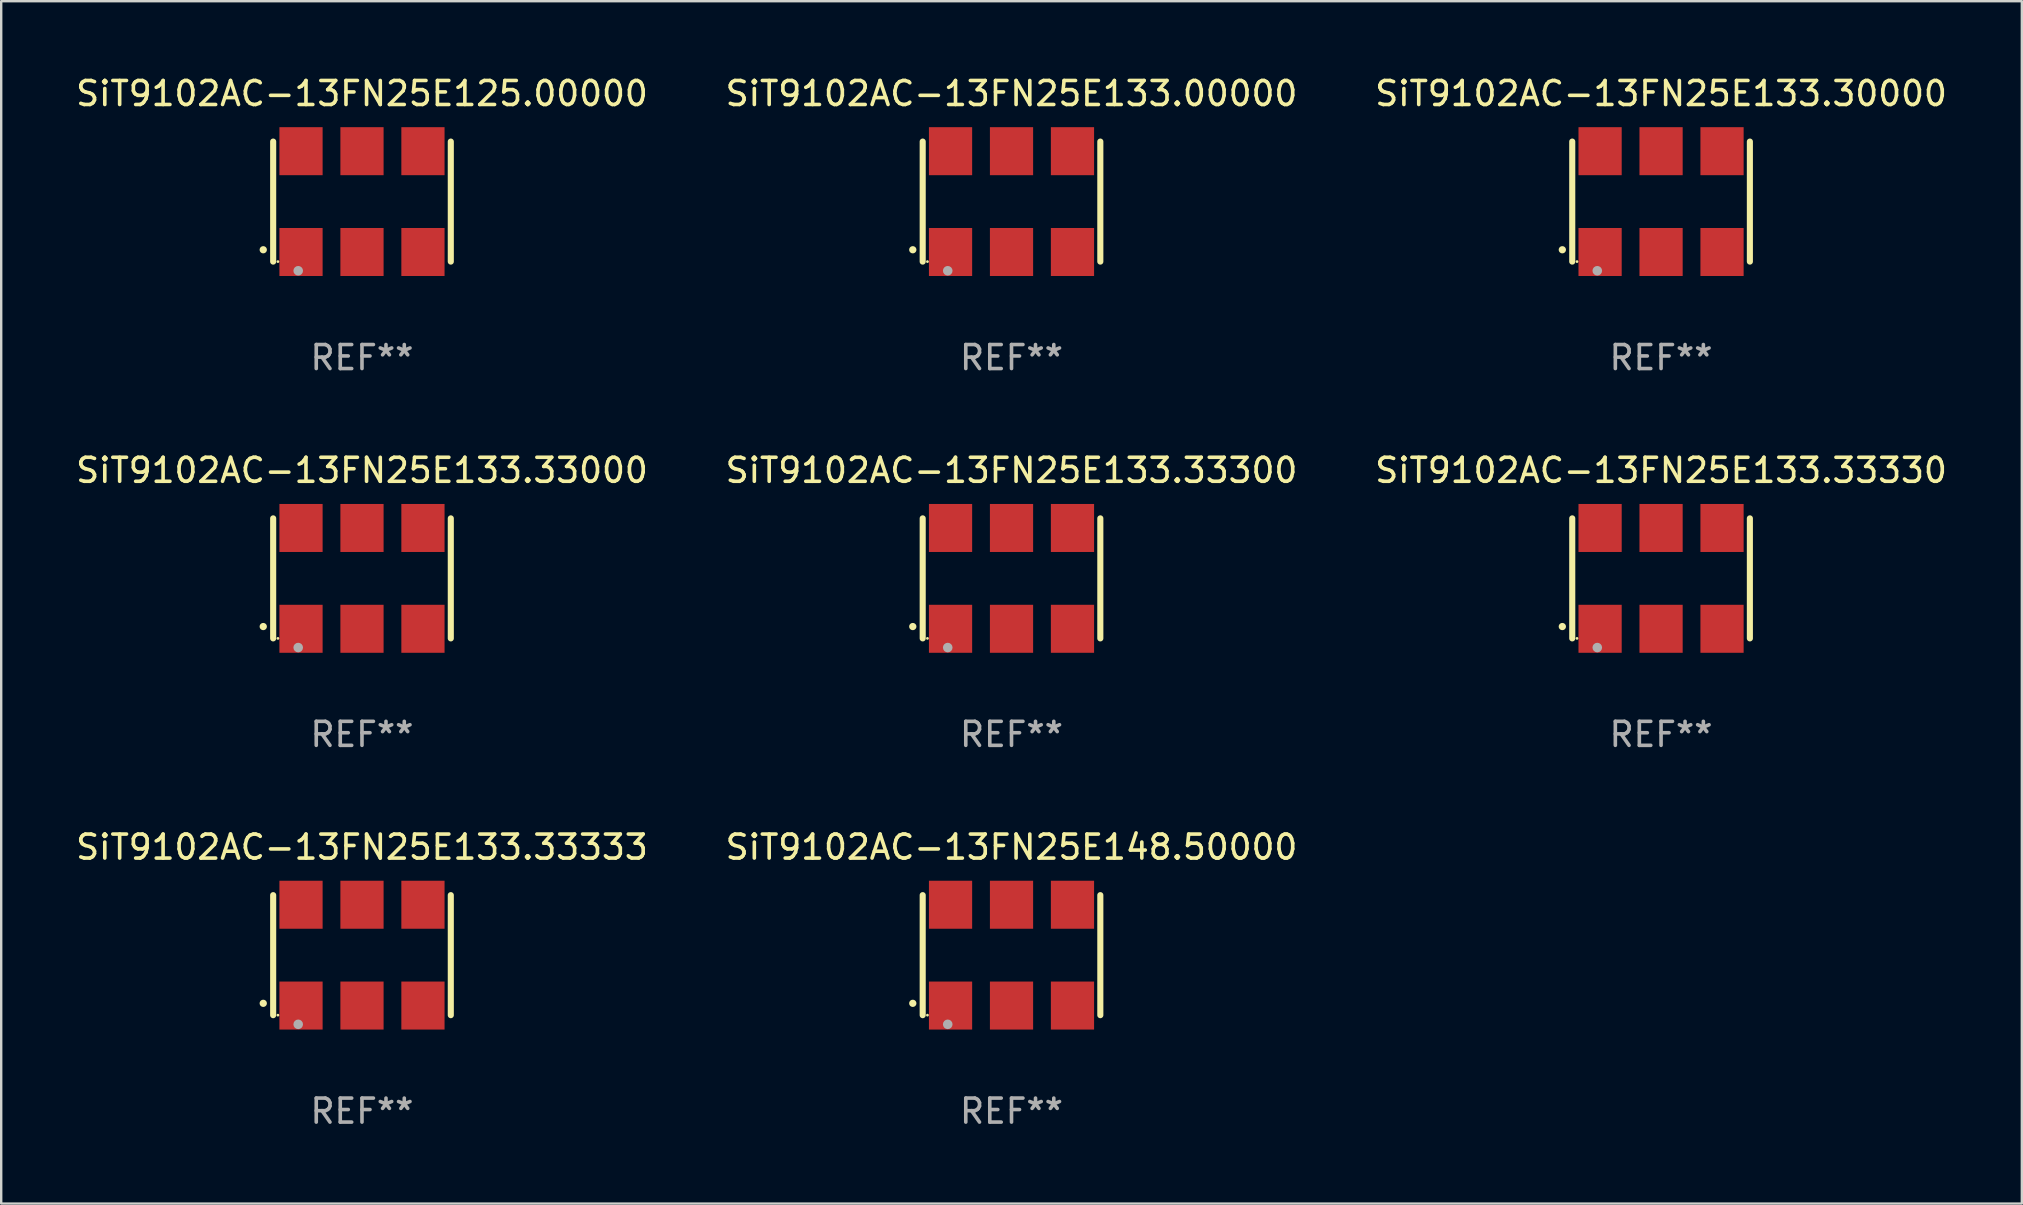
<source format=kicad_pcb>
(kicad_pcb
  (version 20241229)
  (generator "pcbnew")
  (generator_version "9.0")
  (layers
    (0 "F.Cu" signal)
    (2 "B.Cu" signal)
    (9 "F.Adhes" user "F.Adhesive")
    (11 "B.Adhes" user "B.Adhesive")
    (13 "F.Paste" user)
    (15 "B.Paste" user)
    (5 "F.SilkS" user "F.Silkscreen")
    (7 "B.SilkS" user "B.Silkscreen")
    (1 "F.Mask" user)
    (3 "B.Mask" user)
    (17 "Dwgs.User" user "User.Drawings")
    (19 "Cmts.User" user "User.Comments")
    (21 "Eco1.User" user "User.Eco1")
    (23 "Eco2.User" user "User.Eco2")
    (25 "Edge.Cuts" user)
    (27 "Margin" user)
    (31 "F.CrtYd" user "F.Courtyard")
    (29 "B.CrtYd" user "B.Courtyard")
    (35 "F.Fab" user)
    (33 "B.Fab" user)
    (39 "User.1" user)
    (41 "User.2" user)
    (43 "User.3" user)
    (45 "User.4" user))
  (footprint "SiT9102AC-13FN25E133.33333"
    (layer "F.Cu")
    (at 12.03 36.741)
    (property "Reference" "SiT9102AC-13FN25E133.33333" (at 0 -4.5 0) (layer "F.SilkS") (effects (font (size 1 1) (thickness 0.15))))
    (attr through_hole)
    (fp_line (start -3.7 -2.5) (end -3.7 2.5) (stroke (width 0.254) (type solid)) (layer "F.SilkS"))
    (fp_line (start 3.7 -2.5) (end 3.7 2.5) (stroke (width 0.254) (type solid)) (layer "F.SilkS"))
    (fp_arc (start -4.114415 2.006604) (mid -4.113145 2.006599) (end -4.111875 2.006604) (stroke (width 0.3) (type solid)) (layer "F.SilkS"))
    (fp_circle (center -3.502 2.5) (end -3.472 2.5) (stroke (width 0.06) (type solid)) (fill no) (layer "F.SilkS"))
    (fp_circle (center -2.657 2.882) (end -2.557 2.882) (stroke (width 0.2) (type solid)) (fill no) (layer "F.Fab"))
    (fp_text user "REF**" (at 0 6.5 0) (layer "F.Fab") (effects (font (size 1 1) (thickness 0.15))))
    (pad "1" smd rect (at -2.54 2.1) (size 1.8 2) (layers "F.Cu" "F.Mask" "F.Paste"))
    (pad "2" smd rect (at 0.000394 2.1) (size 1.8 2) (layers "F.Cu" "F.Mask" "F.Paste"))
    (pad "3" smd rect (at 2.54 2.1) (size 1.8 2) (layers "F.Cu" "F.Mask" "F.Paste"))
    (pad "4" smd rect (at 2.54 -2.1) (size 1.8 2) (layers "F.Cu" "F.Mask" "F.Paste"))
    (pad "5" smd rect (at 0.000394 -2.1) (size 1.8 2) (layers "F.Cu" "F.Mask" "F.Paste"))
    (pad "6" smd rect (at -2.54 -2.1) (size 1.8 2) (layers "F.Cu" "F.Mask" "F.Paste")))
  (footprint "SiT9102AC-13FN25E133.00000"
    (layer "F.Cu")
    (at 39.089 5.348)
    (property "Reference" "SiT9102AC-13FN25E133.00000" (at 0 -4.5 0) (layer "F.SilkS") (effects (font (size 1 1) (thickness 0.15))))
    (attr through_hole)
    (fp_line (start -3.7 -2.5) (end -3.7 2.5) (stroke (width 0.254) (type solid)) (layer "F.SilkS"))
    (fp_line (start 3.7 -2.5) (end 3.7 2.5) (stroke (width 0.254) (type solid)) (layer "F.SilkS"))
    (fp_arc (start -4.114415 2.006604) (mid -4.113145 2.006599) (end -4.111875 2.006604) (stroke (width 0.3) (type solid)) (layer "F.SilkS"))
    (fp_circle (center -3.502 2.5) (end -3.472 2.5) (stroke (width 0.06) (type solid)) (fill no) (layer "F.SilkS"))
    (fp_circle (center -2.657 2.882) (end -2.557 2.882) (stroke (width 0.2) (type solid)) (fill no) (layer "F.Fab"))
    (fp_text user "REF**" (at 0 6.5 0) (layer "F.Fab") (effects (font (size 1 1) (thickness 0.15))))
    (pad "1" smd rect (at -2.54 2.1) (size 1.8 2) (layers "F.Cu" "F.Mask" "F.Paste"))
    (pad "2" smd rect (at 0.000394 2.1) (size 1.8 2) (layers "F.Cu" "F.Mask" "F.Paste"))
    (pad "3" smd rect (at 2.54 2.1) (size 1.8 2) (layers "F.Cu" "F.Mask" "F.Paste"))
    (pad "4" smd rect (at 2.54 -2.1) (size 1.8 2) (layers "F.Cu" "F.Mask" "F.Paste"))
    (pad "5" smd rect (at 0.000394 -2.1) (size 1.8 2) (layers "F.Cu" "F.Mask" "F.Paste"))
    (pad "6" smd rect (at -2.54 -2.1) (size 1.8 2) (layers "F.Cu" "F.Mask" "F.Paste")))
  (footprint "SiT9102AC-13FN25E148.50000"
    (layer "F.Cu")
    (at 39.089 36.741)
    (property "Reference" "SiT9102AC-13FN25E148.50000" (at 0 -4.5 0) (layer "F.SilkS") (effects (font (size 1 1) (thickness 0.15))))
    (attr through_hole)
    (fp_line (start -3.7 -2.5) (end -3.7 2.5) (stroke (width 0.254) (type solid)) (layer "F.SilkS"))
    (fp_line (start 3.7 -2.5) (end 3.7 2.5) (stroke (width 0.254) (type solid)) (layer "F.SilkS"))
    (fp_arc (start -4.114415 2.006604) (mid -4.113145 2.006599) (end -4.111875 2.006604) (stroke (width 0.3) (type solid)) (layer "F.SilkS"))
    (fp_circle (center -3.502 2.5) (end -3.472 2.5) (stroke (width 0.06) (type solid)) (fill no) (layer "F.SilkS"))
    (fp_circle (center -2.657 2.882) (end -2.557 2.882) (stroke (width 0.2) (type solid)) (fill no) (layer "F.Fab"))
    (fp_text user "REF**" (at 0 6.5 0) (layer "F.Fab") (effects (font (size 1 1) (thickness 0.15))))
    (pad "1" smd rect (at -2.54 2.1) (size 1.8 2) (layers "F.Cu" "F.Mask" "F.Paste"))
    (pad "2" smd rect (at 0.000394 2.1) (size 1.8 2) (layers "F.Cu" "F.Mask" "F.Paste"))
    (pad "3" smd rect (at 2.54 2.1) (size 1.8 2) (layers "F.Cu" "F.Mask" "F.Paste"))
    (pad "4" smd rect (at 2.54 -2.1) (size 1.8 2) (layers "F.Cu" "F.Mask" "F.Paste"))
    (pad "5" smd rect (at 0.000394 -2.1) (size 1.8 2) (layers "F.Cu" "F.Mask" "F.Paste"))
    (pad "6" smd rect (at -2.54 -2.1) (size 1.8 2) (layers "F.Cu" "F.Mask" "F.Paste")))
  (footprint "SiT9102AC-13FN25E133.33300"
    (layer "F.Cu")
    (at 39.089 21.045)
    (property "Reference" "SiT9102AC-13FN25E133.33300" (at 0 -4.5 0) (layer "F.SilkS") (effects (font (size 1 1) (thickness 0.15))))
    (attr through_hole)
    (fp_line (start -3.7 -2.5) (end -3.7 2.5) (stroke (width 0.254) (type solid)) (layer "F.SilkS"))
    (fp_line (start 3.7 -2.5) (end 3.7 2.5) (stroke (width 0.254) (type solid)) (layer "F.SilkS"))
    (fp_arc (start -4.114415 2.006604) (mid -4.113145 2.006599) (end -4.111875 2.006604) (stroke (width 0.3) (type solid)) (layer "F.SilkS"))
    (fp_circle (center -3.502 2.5) (end -3.472 2.5) (stroke (width 0.06) (type solid)) (fill no) (layer "F.SilkS"))
    (fp_circle (center -2.657 2.882) (end -2.557 2.882) (stroke (width 0.2) (type solid)) (fill no) (layer "F.Fab"))
    (fp_text user "REF**" (at 0 6.5 0) (layer "F.Fab") (effects (font (size 1 1) (thickness 0.15))))
    (pad "1" smd rect (at -2.54 2.1) (size 1.8 2) (layers "F.Cu" "F.Mask" "F.Paste"))
    (pad "2" smd rect (at 0.000394 2.1) (size 1.8 2) (layers "F.Cu" "F.Mask" "F.Paste"))
    (pad "3" smd rect (at 2.54 2.1) (size 1.8 2) (layers "F.Cu" "F.Mask" "F.Paste"))
    (pad "4" smd rect (at 2.54 -2.1) (size 1.8 2) (layers "F.Cu" "F.Mask" "F.Paste"))
    (pad "5" smd rect (at 0.000394 -2.1) (size 1.8 2) (layers "F.Cu" "F.Mask" "F.Paste"))
    (pad "6" smd rect (at -2.54 -2.1) (size 1.8 2) (layers "F.Cu" "F.Mask" "F.Paste")))
  (footprint "SiT9102AC-13FN25E125.00000"
    (layer "F.Cu")
    (at 12.03 5.348)
    (property "Reference" "SiT9102AC-13FN25E125.00000" (at 0 -4.5 0) (layer "F.SilkS") (effects (font (size 1 1) (thickness 0.15))))
    (attr through_hole)
    (fp_line (start -3.7 -2.5) (end -3.7 2.5) (stroke (width 0.254) (type solid)) (layer "F.SilkS"))
    (fp_line (start 3.7 -2.5) (end 3.7 2.5) (stroke (width 0.254) (type solid)) (layer "F.SilkS"))
    (fp_arc (start -4.114415 2.006604) (mid -4.113145 2.006599) (end -4.111875 2.006604) (stroke (width 0.3) (type solid)) (layer "F.SilkS"))
    (fp_circle (center -3.502 2.5) (end -3.472 2.5) (stroke (width 0.06) (type solid)) (fill no) (layer "F.SilkS"))
    (fp_circle (center -2.657 2.882) (end -2.557 2.882) (stroke (width 0.2) (type solid)) (fill no) (layer "F.Fab"))
    (fp_text user "REF**" (at 0 6.5 0) (layer "F.Fab") (effects (font (size 1 1) (thickness 0.15))))
    (pad "1" smd rect (at -2.54 2.1) (size 1.8 2) (layers "F.Cu" "F.Mask" "F.Paste"))
    (pad "2" smd rect (at 0.000394 2.1) (size 1.8 2) (layers "F.Cu" "F.Mask" "F.Paste"))
    (pad "3" smd rect (at 2.54 2.1) (size 1.8 2) (layers "F.Cu" "F.Mask" "F.Paste"))
    (pad "4" smd rect (at 2.54 -2.1) (size 1.8 2) (layers "F.Cu" "F.Mask" "F.Paste"))
    (pad "5" smd rect (at 0.000394 -2.1) (size 1.8 2) (layers "F.Cu" "F.Mask" "F.Paste"))
    (pad "6" smd rect (at -2.54 -2.1) (size 1.8 2) (layers "F.Cu" "F.Mask" "F.Paste")))
  (footprint "SiT9102AC-13FN25E133.33000"
    (layer "F.Cu")
    (at 12.03 21.045)
    (property "Reference" "SiT9102AC-13FN25E133.33000" (at 0 -4.5 0) (layer "F.SilkS") (effects (font (size 1 1) (thickness 0.15))))
    (attr through_hole)
    (fp_line (start -3.7 -2.5) (end -3.7 2.5) (stroke (width 0.254) (type solid)) (layer "F.SilkS"))
    (fp_line (start 3.7 -2.5) (end 3.7 2.5) (stroke (width 0.254) (type solid)) (layer "F.SilkS"))
    (fp_arc (start -4.114415 2.006604) (mid -4.113145 2.006599) (end -4.111875 2.006604) (stroke (width 0.3) (type solid)) (layer "F.SilkS"))
    (fp_circle (center -3.502 2.5) (end -3.472 2.5) (stroke (width 0.06) (type solid)) (fill no) (layer "F.SilkS"))
    (fp_circle (center -2.657 2.882) (end -2.557 2.882) (stroke (width 0.2) (type solid)) (fill no) (layer "F.Fab"))
    (fp_text user "REF**" (at 0 6.5 0) (layer "F.Fab") (effects (font (size 1 1) (thickness 0.15))))
    (pad "1" smd rect (at -2.54 2.1) (size 1.8 2) (layers "F.Cu" "F.Mask" "F.Paste"))
    (pad "2" smd rect (at 0.000394 2.1) (size 1.8 2) (layers "F.Cu" "F.Mask" "F.Paste"))
    (pad "3" smd rect (at 2.54 2.1) (size 1.8 2) (layers "F.Cu" "F.Mask" "F.Paste"))
    (pad "4" smd rect (at 2.54 -2.1) (size 1.8 2) (layers "F.Cu" "F.Mask" "F.Paste"))
    (pad "5" smd rect (at 0.000394 -2.1) (size 1.8 2) (layers "F.Cu" "F.Mask" "F.Paste"))
    (pad "6" smd rect (at -2.54 -2.1) (size 1.8 2) (layers "F.Cu" "F.Mask" "F.Paste")))
  (footprint "SiT9102AC-13FN25E133.33330"
    (layer "F.Cu")
    (at 66.149 21.045)
    (property "Reference" "SiT9102AC-13FN25E133.33330" (at 0 -4.5 0) (layer "F.SilkS") (effects (font (size 1 1) (thickness 0.15))))
    (attr through_hole)
    (fp_line (start -3.7 -2.5) (end -3.7 2.5) (stroke (width 0.254) (type solid)) (layer "F.SilkS"))
    (fp_line (start 3.7 -2.5) (end 3.7 2.5) (stroke (width 0.254) (type solid)) (layer "F.SilkS"))
    (fp_arc (start -4.114415 2.006604) (mid -4.113145 2.006599) (end -4.111875 2.006604) (stroke (width 0.3) (type solid)) (layer "F.SilkS"))
    (fp_circle (center -3.502 2.5) (end -3.472 2.5) (stroke (width 0.06) (type solid)) (fill no) (layer "F.SilkS"))
    (fp_circle (center -2.657 2.882) (end -2.557 2.882) (stroke (width 0.2) (type solid)) (fill no) (layer "F.Fab"))
    (fp_text user "REF**" (at 0 6.5 0) (layer "F.Fab") (effects (font (size 1 1) (thickness 0.15))))
    (pad "1" smd rect (at -2.54 2.1) (size 1.8 2) (layers "F.Cu" "F.Mask" "F.Paste"))
    (pad "2" smd rect (at 0.000394 2.1) (size 1.8 2) (layers "F.Cu" "F.Mask" "F.Paste"))
    (pad "3" smd rect (at 2.54 2.1) (size 1.8 2) (layers "F.Cu" "F.Mask" "F.Paste"))
    (pad "4" smd rect (at 2.54 -2.1) (size 1.8 2) (layers "F.Cu" "F.Mask" "F.Paste"))
    (pad "5" smd rect (at 0.000394 -2.1) (size 1.8 2) (layers "F.Cu" "F.Mask" "F.Paste"))
    (pad "6" smd rect (at -2.54 -2.1) (size 1.8 2) (layers "F.Cu" "F.Mask" "F.Paste")))
  (footprint "SiT9102AC-13FN25E133.30000"
    (layer "F.Cu")
    (at 66.149 5.348)
    (property "Reference" "SiT9102AC-13FN25E133.30000" (at 0 -4.5 0) (layer "F.SilkS") (effects (font (size 1 1) (thickness 0.15))))
    (attr through_hole)
    (fp_line (start -3.7 -2.5) (end -3.7 2.5) (stroke (width 0.254) (type solid)) (layer "F.SilkS"))
    (fp_line (start 3.7 -2.5) (end 3.7 2.5) (stroke (width 0.254) (type solid)) (layer "F.SilkS"))
    (fp_arc (start -4.114415 2.006604) (mid -4.113145 2.006599) (end -4.111875 2.006604) (stroke (width 0.3) (type solid)) (layer "F.SilkS"))
    (fp_circle (center -3.502 2.5) (end -3.472 2.5) (stroke (width 0.06) (type solid)) (fill no) (layer "F.SilkS"))
    (fp_circle (center -2.657 2.882) (end -2.557 2.882) (stroke (width 0.2) (type solid)) (fill no) (layer "F.Fab"))
    (fp_text user "REF**" (at 0 6.5 0) (layer "F.Fab") (effects (font (size 1 1) (thickness 0.15))))
    (pad "1" smd rect (at -2.54 2.1) (size 1.8 2) (layers "F.Cu" "F.Mask" "F.Paste"))
    (pad "2" smd rect (at 0.000394 2.1) (size 1.8 2) (layers "F.Cu" "F.Mask" "F.Paste"))
    (pad "3" smd rect (at 2.54 2.1) (size 1.8 2) (layers "F.Cu" "F.Mask" "F.Paste"))
    (pad "4" smd rect (at 2.54 -2.1) (size 1.8 2) (layers "F.Cu" "F.Mask" "F.Paste"))
    (pad "5" smd rect (at 0.000394 -2.1) (size 1.8 2) (layers "F.Cu" "F.Mask" "F.Paste"))
    (pad "6" smd rect (at -2.54 -2.1) (size 1.8 2) (layers "F.Cu" "F.Mask" "F.Paste")))
  (gr_rect
    (start -3 -3)
    (end 81.179 47.09)
    (stroke (width 0.1) (type default))
    (fill no)
    (layer "Edge.Cuts")))
</source>
